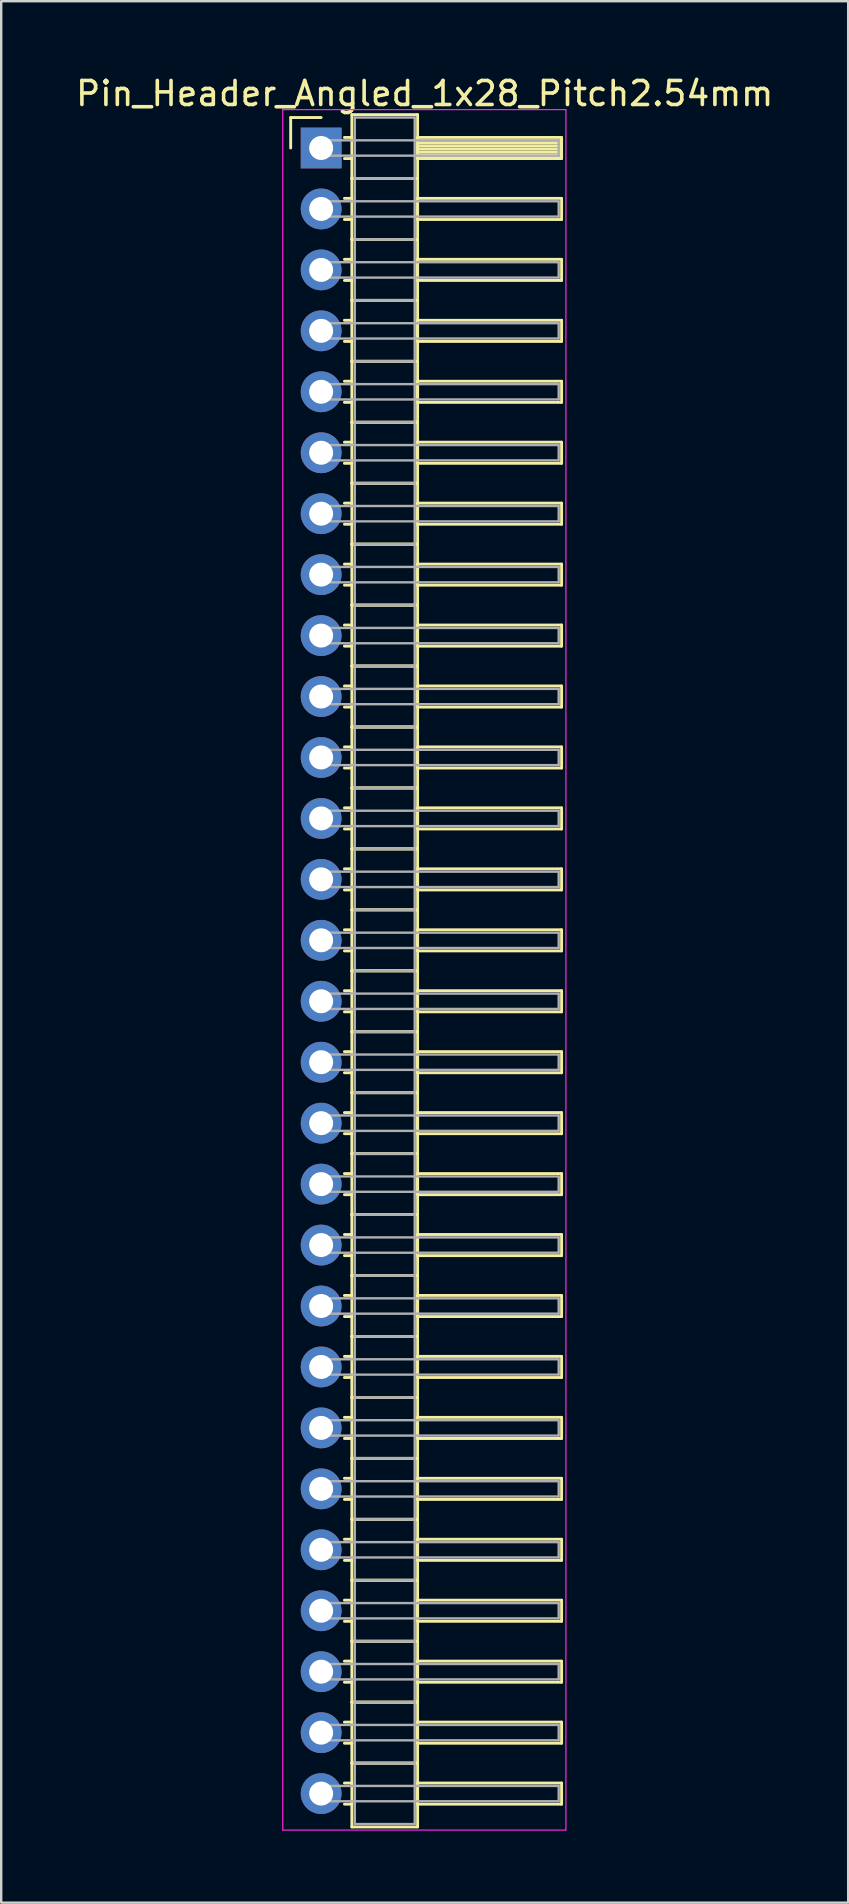
<source format=kicad_pcb>
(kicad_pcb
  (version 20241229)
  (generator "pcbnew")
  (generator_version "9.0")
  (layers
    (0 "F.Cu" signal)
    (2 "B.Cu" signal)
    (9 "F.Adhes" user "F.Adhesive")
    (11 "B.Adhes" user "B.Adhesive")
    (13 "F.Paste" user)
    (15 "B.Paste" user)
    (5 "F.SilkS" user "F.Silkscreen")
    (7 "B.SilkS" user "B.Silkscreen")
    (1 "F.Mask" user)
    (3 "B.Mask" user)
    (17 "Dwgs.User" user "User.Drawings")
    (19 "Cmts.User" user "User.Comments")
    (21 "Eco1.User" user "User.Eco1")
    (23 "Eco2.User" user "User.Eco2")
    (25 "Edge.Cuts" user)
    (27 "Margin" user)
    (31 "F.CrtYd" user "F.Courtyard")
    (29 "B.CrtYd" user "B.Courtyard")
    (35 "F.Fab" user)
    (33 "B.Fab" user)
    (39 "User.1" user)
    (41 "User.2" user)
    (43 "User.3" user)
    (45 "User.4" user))
  (footprint "Pin_Header_Angled_1x28_Pitch2.54mm"
    (layer "F.Cu")
    (at 10.334 3.118)
    (property "Reference" "Pin_Header_Angled_1x28_Pitch2.54mm" (at 4.315 -2.27 0) (layer "F.SilkS") (effects (font (size 1 1) (thickness 0.15))))
    (attr through_hole)
    (fp_line (start -1.27 -1.27) (end 0 -1.27) (stroke (width 0.12) (type solid)) (layer "F.SilkS"))
    (fp_line (start -1.27 0) (end -1.27 -1.27) (stroke (width 0.12) (type solid)) (layer "F.SilkS"))
    (fp_line (start 0.97 -0.44) (end 1.28 -0.44) (stroke (width 0.12) (type solid)) (layer "F.SilkS"))
    (fp_line (start 0.97 0.44) (end 1.28 0.44) (stroke (width 0.12) (type solid)) (layer "F.SilkS"))
    (fp_line (start 0.97 2.1) (end 1.28 2.1) (stroke (width 0.12) (type solid)) (layer "F.SilkS"))
    (fp_line (start 0.97 2.98) (end 1.28 2.98) (stroke (width 0.12) (type solid)) (layer "F.SilkS"))
    (fp_line (start 0.97 4.64) (end 1.28 4.64) (stroke (width 0.12) (type solid)) (layer "F.SilkS"))
    (fp_line (start 0.97 5.52) (end 1.28 5.52) (stroke (width 0.12) (type solid)) (layer "F.SilkS"))
    (fp_line (start 0.97 7.18) (end 1.28 7.18) (stroke (width 0.12) (type solid)) (layer "F.SilkS"))
    (fp_line (start 0.97 8.06) (end 1.28 8.06) (stroke (width 0.12) (type solid)) (layer "F.SilkS"))
    (fp_line (start 0.97 9.72) (end 1.28 9.72) (stroke (width 0.12) (type solid)) (layer "F.SilkS"))
    (fp_line (start 0.97 10.6) (end 1.28 10.6) (stroke (width 0.12) (type solid)) (layer "F.SilkS"))
    (fp_line (start 0.97 12.26) (end 1.28 12.26) (stroke (width 0.12) (type solid)) (layer "F.SilkS"))
    (fp_line (start 0.97 13.14) (end 1.28 13.14) (stroke (width 0.12) (type solid)) (layer "F.SilkS"))
    (fp_line (start 0.97 14.8) (end 1.28 14.8) (stroke (width 0.12) (type solid)) (layer "F.SilkS"))
    (fp_line (start 0.97 15.68) (end 1.28 15.68) (stroke (width 0.12) (type solid)) (layer "F.SilkS"))
    (fp_line (start 0.97 17.34) (end 1.28 17.34) (stroke (width 0.12) (type solid)) (layer "F.SilkS"))
    (fp_line (start 0.97 18.22) (end 1.28 18.22) (stroke (width 0.12) (type solid)) (layer "F.SilkS"))
    (fp_line (start 0.97 19.88) (end 1.28 19.88) (stroke (width 0.12) (type solid)) (layer "F.SilkS"))
    (fp_line (start 0.97 20.76) (end 1.28 20.76) (stroke (width 0.12) (type solid)) (layer "F.SilkS"))
    (fp_line (start 0.97 22.42) (end 1.28 22.42) (stroke (width 0.12) (type solid)) (layer "F.SilkS"))
    (fp_line (start 0.97 23.3) (end 1.28 23.3) (stroke (width 0.12) (type solid)) (layer "F.SilkS"))
    (fp_line (start 0.97 24.96) (end 1.28 24.96) (stroke (width 0.12) (type solid)) (layer "F.SilkS"))
    (fp_line (start 0.97 25.84) (end 1.28 25.84) (stroke (width 0.12) (type solid)) (layer "F.SilkS"))
    (fp_line (start 0.97 27.5) (end 1.28 27.5) (stroke (width 0.12) (type solid)) (layer "F.SilkS"))
    (fp_line (start 0.97 28.38) (end 1.28 28.38) (stroke (width 0.12) (type solid)) (layer "F.SilkS"))
    (fp_line (start 0.97 30.04) (end 1.28 30.04) (stroke (width 0.12) (type solid)) (layer "F.SilkS"))
    (fp_line (start 0.97 30.92) (end 1.28 30.92) (stroke (width 0.12) (type solid)) (layer "F.SilkS"))
    (fp_line (start 0.97 32.58) (end 1.28 32.58) (stroke (width 0.12) (type solid)) (layer "F.SilkS"))
    (fp_line (start 0.97 33.46) (end 1.28 33.46) (stroke (width 0.12) (type solid)) (layer "F.SilkS"))
    (fp_line (start 0.97 35.12) (end 1.28 35.12) (stroke (width 0.12) (type solid)) (layer "F.SilkS"))
    (fp_line (start 0.97 36) (end 1.28 36) (stroke (width 0.12) (type solid)) (layer "F.SilkS"))
    (fp_line (start 0.97 37.66) (end 1.28 37.66) (stroke (width 0.12) (type solid)) (layer "F.SilkS"))
    (fp_line (start 0.97 38.54) (end 1.28 38.54) (stroke (width 0.12) (type solid)) (layer "F.SilkS"))
    (fp_line (start 0.97 40.2) (end 1.28 40.2) (stroke (width 0.12) (type solid)) (layer "F.SilkS"))
    (fp_line (start 0.97 41.08) (end 1.28 41.08) (stroke (width 0.12) (type solid)) (layer "F.SilkS"))
    (fp_line (start 0.97 42.74) (end 1.28 42.74) (stroke (width 0.12) (type solid)) (layer "F.SilkS"))
    (fp_line (start 0.97 43.62) (end 1.28 43.62) (stroke (width 0.12) (type solid)) (layer "F.SilkS"))
    (fp_line (start 0.97 45.28) (end 1.28 45.28) (stroke (width 0.12) (type solid)) (layer "F.SilkS"))
    (fp_line (start 0.97 46.16) (end 1.28 46.16) (stroke (width 0.12) (type solid)) (layer "F.SilkS"))
    (fp_line (start 0.97 47.82) (end 1.28 47.82) (stroke (width 0.12) (type solid)) (layer "F.SilkS"))
    (fp_line (start 0.97 48.7) (end 1.28 48.7) (stroke (width 0.12) (type solid)) (layer "F.SilkS"))
    (fp_line (start 0.97 50.36) (end 1.28 50.36) (stroke (width 0.12) (type solid)) (layer "F.SilkS"))
    (fp_line (start 0.97 51.24) (end 1.28 51.24) (stroke (width 0.12) (type solid)) (layer "F.SilkS"))
    (fp_line (start 0.97 52.9) (end 1.28 52.9) (stroke (width 0.12) (type solid)) (layer "F.SilkS"))
    (fp_line (start 0.97 53.78) (end 1.28 53.78) (stroke (width 0.12) (type solid)) (layer "F.SilkS"))
    (fp_line (start 0.97 55.44) (end 1.28 55.44) (stroke (width 0.12) (type solid)) (layer "F.SilkS"))
    (fp_line (start 0.97 56.32) (end 1.28 56.32) (stroke (width 0.12) (type solid)) (layer "F.SilkS"))
    (fp_line (start 0.97 57.98) (end 1.28 57.98) (stroke (width 0.12) (type solid)) (layer "F.SilkS"))
    (fp_line (start 0.97 58.86) (end 1.28 58.86) (stroke (width 0.12) (type solid)) (layer "F.SilkS"))
    (fp_line (start 0.97 60.52) (end 1.28 60.52) (stroke (width 0.12) (type solid)) (layer "F.SilkS"))
    (fp_line (start 0.97 61.4) (end 1.28 61.4) (stroke (width 0.12) (type solid)) (layer "F.SilkS"))
    (fp_line (start 0.97 63.06) (end 1.28 63.06) (stroke (width 0.12) (type solid)) (layer "F.SilkS"))
    (fp_line (start 0.97 63.94) (end 1.28 63.94) (stroke (width 0.12) (type solid)) (layer "F.SilkS"))
    (fp_line (start 0.97 65.6) (end 1.28 65.6) (stroke (width 0.12) (type solid)) (layer "F.SilkS"))
    (fp_line (start 0.97 66.48) (end 1.28 66.48) (stroke (width 0.12) (type solid)) (layer "F.SilkS"))
    (fp_line (start 0.97 68.14) (end 1.28 68.14) (stroke (width 0.12) (type solid)) (layer "F.SilkS"))
    (fp_line (start 0.97 69.02) (end 1.28 69.02) (stroke (width 0.12) (type solid)) (layer "F.SilkS"))
    (fp_line (start 1.28 -1.39) (end 1.28 1.27) (stroke (width 0.12) (type solid)) (layer "F.SilkS"))
    (fp_line (start 1.28 1.27) (end 1.28 3.81) (stroke (width 0.12) (type solid)) (layer "F.SilkS"))
    (fp_line (start 1.28 1.27) (end 4.02 1.27) (stroke (width 0.12) (type solid)) (layer "F.SilkS"))
    (fp_line (start 1.28 3.81) (end 1.28 6.35) (stroke (width 0.12) (type solid)) (layer "F.SilkS"))
    (fp_line (start 1.28 3.81) (end 4.02 3.81) (stroke (width 0.12) (type solid)) (layer "F.SilkS"))
    (fp_line (start 1.28 6.35) (end 1.28 8.89) (stroke (width 0.12) (type solid)) (layer "F.SilkS"))
    (fp_line (start 1.28 6.35) (end 4.02 6.35) (stroke (width 0.12) (type solid)) (layer "F.SilkS"))
    (fp_line (start 1.28 8.89) (end 1.28 11.43) (stroke (width 0.12) (type solid)) (layer "F.SilkS"))
    (fp_line (start 1.28 8.89) (end 4.02 8.89) (stroke (width 0.12) (type solid)) (layer "F.SilkS"))
    (fp_line (start 1.28 11.43) (end 1.28 13.97) (stroke (width 0.12) (type solid)) (layer "F.SilkS"))
    (fp_line (start 1.28 11.43) (end 4.02 11.43) (stroke (width 0.12) (type solid)) (layer "F.SilkS"))
    (fp_line (start 1.28 13.97) (end 1.28 16.51) (stroke (width 0.12) (type solid)) (layer "F.SilkS"))
    (fp_line (start 1.28 13.97) (end 4.02 13.97) (stroke (width 0.12) (type solid)) (layer "F.SilkS"))
    (fp_line (start 1.28 16.51) (end 1.28 19.05) (stroke (width 0.12) (type solid)) (layer "F.SilkS"))
    (fp_line (start 1.28 16.51) (end 4.02 16.51) (stroke (width 0.12) (type solid)) (layer "F.SilkS"))
    (fp_line (start 1.28 19.05) (end 1.28 21.59) (stroke (width 0.12) (type solid)) (layer "F.SilkS"))
    (fp_line (start 1.28 19.05) (end 4.02 19.05) (stroke (width 0.12) (type solid)) (layer "F.SilkS"))
    (fp_line (start 1.28 21.59) (end 1.28 24.13) (stroke (width 0.12) (type solid)) (layer "F.SilkS"))
    (fp_line (start 1.28 21.59) (end 4.02 21.59) (stroke (width 0.12) (type solid)) (layer "F.SilkS"))
    (fp_line (start 1.28 24.13) (end 1.28 26.67) (stroke (width 0.12) (type solid)) (layer "F.SilkS"))
    (fp_line (start 1.28 24.13) (end 4.02 24.13) (stroke (width 0.12) (type solid)) (layer "F.SilkS"))
    (fp_line (start 1.28 26.67) (end 1.28 29.21) (stroke (width 0.12) (type solid)) (layer "F.SilkS"))
    (fp_line (start 1.28 26.67) (end 4.02 26.67) (stroke (width 0.12) (type solid)) (layer "F.SilkS"))
    (fp_line (start 1.28 29.21) (end 1.28 31.75) (stroke (width 0.12) (type solid)) (layer "F.SilkS"))
    (fp_line (start 1.28 29.21) (end 4.02 29.21) (stroke (width 0.12) (type solid)) (layer "F.SilkS"))
    (fp_line (start 1.28 31.75) (end 1.28 34.29) (stroke (width 0.12) (type solid)) (layer "F.SilkS"))
    (fp_line (start 1.28 31.75) (end 4.02 31.75) (stroke (width 0.12) (type solid)) (layer "F.SilkS"))
    (fp_line (start 1.28 34.29) (end 1.28 36.83) (stroke (width 0.12) (type solid)) (layer "F.SilkS"))
    (fp_line (start 1.28 34.29) (end 4.02 34.29) (stroke (width 0.12) (type solid)) (layer "F.SilkS"))
    (fp_line (start 1.28 36.83) (end 1.28 39.37) (stroke (width 0.12) (type solid)) (layer "F.SilkS"))
    (fp_line (start 1.28 36.83) (end 4.02 36.83) (stroke (width 0.12) (type solid)) (layer "F.SilkS"))
    (fp_line (start 1.28 39.37) (end 1.28 41.91) (stroke (width 0.12) (type solid)) (layer "F.SilkS"))
    (fp_line (start 1.28 39.37) (end 4.02 39.37) (stroke (width 0.12) (type solid)) (layer "F.SilkS"))
    (fp_line (start 1.28 41.91) (end 1.28 44.45) (stroke (width 0.12) (type solid)) (layer "F.SilkS"))
    (fp_line (start 1.28 41.91) (end 4.02 41.91) (stroke (width 0.12) (type solid)) (layer "F.SilkS"))
    (fp_line (start 1.28 44.45) (end 1.28 46.99) (stroke (width 0.12) (type solid)) (layer "F.SilkS"))
    (fp_line (start 1.28 44.45) (end 4.02 44.45) (stroke (width 0.12) (type solid)) (layer "F.SilkS"))
    (fp_line (start 1.28 46.99) (end 1.28 49.53) (stroke (width 0.12) (type solid)) (layer "F.SilkS"))
    (fp_line (start 1.28 46.99) (end 4.02 46.99) (stroke (width 0.12) (type solid)) (layer "F.SilkS"))
    (fp_line (start 1.28 49.53) (end 1.28 52.07) (stroke (width 0.12) (type solid)) (layer "F.SilkS"))
    (fp_line (start 1.28 49.53) (end 4.02 49.53) (stroke (width 0.12) (type solid)) (layer "F.SilkS"))
    (fp_line (start 1.28 52.07) (end 1.28 54.61) (stroke (width 0.12) (type solid)) (layer "F.SilkS"))
    (fp_line (start 1.28 52.07) (end 4.02 52.07) (stroke (width 0.12) (type solid)) (layer "F.SilkS"))
    (fp_line (start 1.28 54.61) (end 1.28 57.15) (stroke (width 0.12) (type solid)) (layer "F.SilkS"))
    (fp_line (start 1.28 54.61) (end 4.02 54.61) (stroke (width 0.12) (type solid)) (layer "F.SilkS"))
    (fp_line (start 1.28 57.15) (end 1.28 59.69) (stroke (width 0.12) (type solid)) (layer "F.SilkS"))
    (fp_line (start 1.28 57.15) (end 4.02 57.15) (stroke (width 0.12) (type solid)) (layer "F.SilkS"))
    (fp_line (start 1.28 59.69) (end 1.28 62.23) (stroke (width 0.12) (type solid)) (layer "F.SilkS"))
    (fp_line (start 1.28 59.69) (end 4.02 59.69) (stroke (width 0.12) (type solid)) (layer "F.SilkS"))
    (fp_line (start 1.28 62.23) (end 1.28 64.77) (stroke (width 0.12) (type solid)) (layer "F.SilkS"))
    (fp_line (start 1.28 62.23) (end 4.02 62.23) (stroke (width 0.12) (type solid)) (layer "F.SilkS"))
    (fp_line (start 1.28 64.77) (end 1.28 67.31) (stroke (width 0.12) (type solid)) (layer "F.SilkS"))
    (fp_line (start 1.28 64.77) (end 4.02 64.77) (stroke (width 0.12) (type solid)) (layer "F.SilkS"))
    (fp_line (start 1.28 67.31) (end 1.28 69.97) (stroke (width 0.12) (type solid)) (layer "F.SilkS"))
    (fp_line (start 1.28 67.31) (end 4.02 67.31) (stroke (width 0.12) (type solid)) (layer "F.SilkS"))
    (fp_line (start 1.28 69.97) (end 4.02 69.97) (stroke (width 0.12) (type solid)) (layer "F.SilkS"))
    (fp_line (start 4.02 -1.39) (end 1.28 -1.39) (stroke (width 0.12) (type solid)) (layer "F.SilkS"))
    (fp_line (start 4.02 -0.44) (end 4.02 0.44) (stroke (width 0.12) (type solid)) (layer "F.SilkS"))
    (fp_line (start 4.02 -0.32) (end 10.02 -0.32) (stroke (width 0.12) (type solid)) (layer "F.SilkS"))
    (fp_line (start 4.02 -0.2) (end 10.02 -0.2) (stroke (width 0.12) (type solid)) (layer "F.SilkS"))
    (fp_line (start 4.02 -0.08) (end 10.02 -0.08) (stroke (width 0.12) (type solid)) (layer "F.SilkS"))
    (fp_line (start 4.02 0.04) (end 10.02 0.04) (stroke (width 0.12) (type solid)) (layer "F.SilkS"))
    (fp_line (start 4.02 0.16) (end 10.02 0.16) (stroke (width 0.12) (type solid)) (layer "F.SilkS"))
    (fp_line (start 4.02 0.28) (end 10.02 0.28) (stroke (width 0.12) (type solid)) (layer "F.SilkS"))
    (fp_line (start 4.02 0.4) (end 10.02 0.4) (stroke (width 0.12) (type solid)) (layer "F.SilkS"))
    (fp_line (start 4.02 0.44) (end 10.02 0.44) (stroke (width 0.12) (type solid)) (layer "F.SilkS"))
    (fp_line (start 4.02 1.27) (end 1.28 1.27) (stroke (width 0.12) (type solid)) (layer "F.SilkS"))
    (fp_line (start 4.02 1.27) (end 4.02 -1.39) (stroke (width 0.12) (type solid)) (layer "F.SilkS"))
    (fp_line (start 4.02 2.1) (end 4.02 2.98) (stroke (width 0.12) (type solid)) (layer "F.SilkS"))
    (fp_line (start 4.02 2.98) (end 10.02 2.98) (stroke (width 0.12) (type solid)) (layer "F.SilkS"))
    (fp_line (start 4.02 3.81) (end 1.28 3.81) (stroke (width 0.12) (type solid)) (layer "F.SilkS"))
    (fp_line (start 4.02 3.81) (end 4.02 1.27) (stroke (width 0.12) (type solid)) (layer "F.SilkS"))
    (fp_line (start 4.02 4.64) (end 4.02 5.52) (stroke (width 0.12) (type solid)) (layer "F.SilkS"))
    (fp_line (start 4.02 5.52) (end 10.02 5.52) (stroke (width 0.12) (type solid)) (layer "F.SilkS"))
    (fp_line (start 4.02 6.35) (end 1.28 6.35) (stroke (width 0.12) (type solid)) (layer "F.SilkS"))
    (fp_line (start 4.02 6.35) (end 4.02 3.81) (stroke (width 0.12) (type solid)) (layer "F.SilkS"))
    (fp_line (start 4.02 7.18) (end 4.02 8.06) (stroke (width 0.12) (type solid)) (layer "F.SilkS"))
    (fp_line (start 4.02 8.06) (end 10.02 8.06) (stroke (width 0.12) (type solid)) (layer "F.SilkS"))
    (fp_line (start 4.02 8.89) (end 1.28 8.89) (stroke (width 0.12) (type solid)) (layer "F.SilkS"))
    (fp_line (start 4.02 8.89) (end 4.02 6.35) (stroke (width 0.12) (type solid)) (layer "F.SilkS"))
    (fp_line (start 4.02 9.72) (end 4.02 10.6) (stroke (width 0.12) (type solid)) (layer "F.SilkS"))
    (fp_line (start 4.02 10.6) (end 10.02 10.6) (stroke (width 0.12) (type solid)) (layer "F.SilkS"))
    (fp_line (start 4.02 11.43) (end 1.28 11.43) (stroke (width 0.12) (type solid)) (layer "F.SilkS"))
    (fp_line (start 4.02 11.43) (end 4.02 8.89) (stroke (width 0.12) (type solid)) (layer "F.SilkS"))
    (fp_line (start 4.02 12.26) (end 4.02 13.14) (stroke (width 0.12) (type solid)) (layer "F.SilkS"))
    (fp_line (start 4.02 13.14) (end 10.02 13.14) (stroke (width 0.12) (type solid)) (layer "F.SilkS"))
    (fp_line (start 4.02 13.97) (end 1.28 13.97) (stroke (width 0.12) (type solid)) (layer "F.SilkS"))
    (fp_line (start 4.02 13.97) (end 4.02 11.43) (stroke (width 0.12) (type solid)) (layer "F.SilkS"))
    (fp_line (start 4.02 14.8) (end 4.02 15.68) (stroke (width 0.12) (type solid)) (layer "F.SilkS"))
    (fp_line (start 4.02 15.68) (end 10.02 15.68) (stroke (width 0.12) (type solid)) (layer "F.SilkS"))
    (fp_line (start 4.02 16.51) (end 1.28 16.51) (stroke (width 0.12) (type solid)) (layer "F.SilkS"))
    (fp_line (start 4.02 16.51) (end 4.02 13.97) (stroke (width 0.12) (type solid)) (layer "F.SilkS"))
    (fp_line (start 4.02 17.34) (end 4.02 18.22) (stroke (width 0.12) (type solid)) (layer "F.SilkS"))
    (fp_line (start 4.02 18.22) (end 10.02 18.22) (stroke (width 0.12) (type solid)) (layer "F.SilkS"))
    (fp_line (start 4.02 19.05) (end 1.28 19.05) (stroke (width 0.12) (type solid)) (layer "F.SilkS"))
    (fp_line (start 4.02 19.05) (end 4.02 16.51) (stroke (width 0.12) (type solid)) (layer "F.SilkS"))
    (fp_line (start 4.02 19.88) (end 4.02 20.76) (stroke (width 0.12) (type solid)) (layer "F.SilkS"))
    (fp_line (start 4.02 20.76) (end 10.02 20.76) (stroke (width 0.12) (type solid)) (layer "F.SilkS"))
    (fp_line (start 4.02 21.59) (end 1.28 21.59) (stroke (width 0.12) (type solid)) (layer "F.SilkS"))
    (fp_line (start 4.02 21.59) (end 4.02 19.05) (stroke (width 0.12) (type solid)) (layer "F.SilkS"))
    (fp_line (start 4.02 22.42) (end 4.02 23.3) (stroke (width 0.12) (type solid)) (layer "F.SilkS"))
    (fp_line (start 4.02 23.3) (end 10.02 23.3) (stroke (width 0.12) (type solid)) (layer "F.SilkS"))
    (fp_line (start 4.02 24.13) (end 1.28 24.13) (stroke (width 0.12) (type solid)) (layer "F.SilkS"))
    (fp_line (start 4.02 24.13) (end 4.02 21.59) (stroke (width 0.12) (type solid)) (layer "F.SilkS"))
    (fp_line (start 4.02 24.96) (end 4.02 25.84) (stroke (width 0.12) (type solid)) (layer "F.SilkS"))
    (fp_line (start 4.02 25.84) (end 10.02 25.84) (stroke (width 0.12) (type solid)) (layer "F.SilkS"))
    (fp_line (start 4.02 26.67) (end 1.28 26.67) (stroke (width 0.12) (type solid)) (layer "F.SilkS"))
    (fp_line (start 4.02 26.67) (end 4.02 24.13) (stroke (width 0.12) (type solid)) (layer "F.SilkS"))
    (fp_line (start 4.02 27.5) (end 4.02 28.38) (stroke (width 0.12) (type solid)) (layer "F.SilkS"))
    (fp_line (start 4.02 28.38) (end 10.02 28.38) (stroke (width 0.12) (type solid)) (layer "F.SilkS"))
    (fp_line (start 4.02 29.21) (end 1.28 29.21) (stroke (width 0.12) (type solid)) (layer "F.SilkS"))
    (fp_line (start 4.02 29.21) (end 4.02 26.67) (stroke (width 0.12) (type solid)) (layer "F.SilkS"))
    (fp_line (start 4.02 30.04) (end 4.02 30.92) (stroke (width 0.12) (type solid)) (layer "F.SilkS"))
    (fp_line (start 4.02 30.92) (end 10.02 30.92) (stroke (width 0.12) (type solid)) (layer "F.SilkS"))
    (fp_line (start 4.02 31.75) (end 1.28 31.75) (stroke (width 0.12) (type solid)) (layer "F.SilkS"))
    (fp_line (start 4.02 31.75) (end 4.02 29.21) (stroke (width 0.12) (type solid)) (layer "F.SilkS"))
    (fp_line (start 4.02 32.58) (end 4.02 33.46) (stroke (width 0.12) (type solid)) (layer "F.SilkS"))
    (fp_line (start 4.02 33.46) (end 10.02 33.46) (stroke (width 0.12) (type solid)) (layer "F.SilkS"))
    (fp_line (start 4.02 34.29) (end 1.28 34.29) (stroke (width 0.12) (type solid)) (layer "F.SilkS"))
    (fp_line (start 4.02 34.29) (end 4.02 31.75) (stroke (width 0.12) (type solid)) (layer "F.SilkS"))
    (fp_line (start 4.02 35.12) (end 4.02 36) (stroke (width 0.12) (type solid)) (layer "F.SilkS"))
    (fp_line (start 4.02 36) (end 10.02 36) (stroke (width 0.12) (type solid)) (layer "F.SilkS"))
    (fp_line (start 4.02 36.83) (end 1.28 36.83) (stroke (width 0.12) (type solid)) (layer "F.SilkS"))
    (fp_line (start 4.02 36.83) (end 4.02 34.29) (stroke (width 0.12) (type solid)) (layer "F.SilkS"))
    (fp_line (start 4.02 37.66) (end 4.02 38.54) (stroke (width 0.12) (type solid)) (layer "F.SilkS"))
    (fp_line (start 4.02 38.54) (end 10.02 38.54) (stroke (width 0.12) (type solid)) (layer "F.SilkS"))
    (fp_line (start 4.02 39.37) (end 1.28 39.37) (stroke (width 0.12) (type solid)) (layer "F.SilkS"))
    (fp_line (start 4.02 39.37) (end 4.02 36.83) (stroke (width 0.12) (type solid)) (layer "F.SilkS"))
    (fp_line (start 4.02 40.2) (end 4.02 41.08) (stroke (width 0.12) (type solid)) (layer "F.SilkS"))
    (fp_line (start 4.02 41.08) (end 10.02 41.08) (stroke (width 0.12) (type solid)) (layer "F.SilkS"))
    (fp_line (start 4.02 41.91) (end 1.28 41.91) (stroke (width 0.12) (type solid)) (layer "F.SilkS"))
    (fp_line (start 4.02 41.91) (end 4.02 39.37) (stroke (width 0.12) (type solid)) (layer "F.SilkS"))
    (fp_line (start 4.02 42.74) (end 4.02 43.62) (stroke (width 0.12) (type solid)) (layer "F.SilkS"))
    (fp_line (start 4.02 43.62) (end 10.02 43.62) (stroke (width 0.12) (type solid)) (layer "F.SilkS"))
    (fp_line (start 4.02 44.45) (end 1.28 44.45) (stroke (width 0.12) (type solid)) (layer "F.SilkS"))
    (fp_line (start 4.02 44.45) (end 4.02 41.91) (stroke (width 0.12) (type solid)) (layer "F.SilkS"))
    (fp_line (start 4.02 45.28) (end 4.02 46.16) (stroke (width 0.12) (type solid)) (layer "F.SilkS"))
    (fp_line (start 4.02 46.16) (end 10.02 46.16) (stroke (width 0.12) (type solid)) (layer "F.SilkS"))
    (fp_line (start 4.02 46.99) (end 1.28 46.99) (stroke (width 0.12) (type solid)) (layer "F.SilkS"))
    (fp_line (start 4.02 46.99) (end 4.02 44.45) (stroke (width 0.12) (type solid)) (layer "F.SilkS"))
    (fp_line (start 4.02 47.82) (end 4.02 48.7) (stroke (width 0.12) (type solid)) (layer "F.SilkS"))
    (fp_line (start 4.02 48.7) (end 10.02 48.7) (stroke (width 0.12) (type solid)) (layer "F.SilkS"))
    (fp_line (start 4.02 49.53) (end 1.28 49.53) (stroke (width 0.12) (type solid)) (layer "F.SilkS"))
    (fp_line (start 4.02 49.53) (end 4.02 46.99) (stroke (width 0.12) (type solid)) (layer "F.SilkS"))
    (fp_line (start 4.02 50.36) (end 4.02 51.24) (stroke (width 0.12) (type solid)) (layer "F.SilkS"))
    (fp_line (start 4.02 51.24) (end 10.02 51.24) (stroke (width 0.12) (type solid)) (layer "F.SilkS"))
    (fp_line (start 4.02 52.07) (end 1.28 52.07) (stroke (width 0.12) (type solid)) (layer "F.SilkS"))
    (fp_line (start 4.02 52.07) (end 4.02 49.53) (stroke (width 0.12) (type solid)) (layer "F.SilkS"))
    (fp_line (start 4.02 52.9) (end 4.02 53.78) (stroke (width 0.12) (type solid)) (layer "F.SilkS"))
    (fp_line (start 4.02 53.78) (end 10.02 53.78) (stroke (width 0.12) (type solid)) (layer "F.SilkS"))
    (fp_line (start 4.02 54.61) (end 1.28 54.61) (stroke (width 0.12) (type solid)) (layer "F.SilkS"))
    (fp_line (start 4.02 54.61) (end 4.02 52.07) (stroke (width 0.12) (type solid)) (layer "F.SilkS"))
    (fp_line (start 4.02 55.44) (end 4.02 56.32) (stroke (width 0.12) (type solid)) (layer "F.SilkS"))
    (fp_line (start 4.02 56.32) (end 10.02 56.32) (stroke (width 0.12) (type solid)) (layer "F.SilkS"))
    (fp_line (start 4.02 57.15) (end 1.28 57.15) (stroke (width 0.12) (type solid)) (layer "F.SilkS"))
    (fp_line (start 4.02 57.15) (end 4.02 54.61) (stroke (width 0.12) (type solid)) (layer "F.SilkS"))
    (fp_line (start 4.02 57.98) (end 4.02 58.86) (stroke (width 0.12) (type solid)) (layer "F.SilkS"))
    (fp_line (start 4.02 58.86) (end 10.02 58.86) (stroke (width 0.12) (type solid)) (layer "F.SilkS"))
    (fp_line (start 4.02 59.69) (end 1.28 59.69) (stroke (width 0.12) (type solid)) (layer "F.SilkS"))
    (fp_line (start 4.02 59.69) (end 4.02 57.15) (stroke (width 0.12) (type solid)) (layer "F.SilkS"))
    (fp_line (start 4.02 60.52) (end 4.02 61.4) (stroke (width 0.12) (type solid)) (layer "F.SilkS"))
    (fp_line (start 4.02 61.4) (end 10.02 61.4) (stroke (width 0.12) (type solid)) (layer "F.SilkS"))
    (fp_line (start 4.02 62.23) (end 1.28 62.23) (stroke (width 0.12) (type solid)) (layer "F.SilkS"))
    (fp_line (start 4.02 62.23) (end 4.02 59.69) (stroke (width 0.12) (type solid)) (layer "F.SilkS"))
    (fp_line (start 4.02 63.06) (end 4.02 63.94) (stroke (width 0.12) (type solid)) (layer "F.SilkS"))
    (fp_line (start 4.02 63.94) (end 10.02 63.94) (stroke (width 0.12) (type solid)) (layer "F.SilkS"))
    (fp_line (start 4.02 64.77) (end 1.28 64.77) (stroke (width 0.12) (type solid)) (layer "F.SilkS"))
    (fp_line (start 4.02 64.77) (end 4.02 62.23) (stroke (width 0.12) (type solid)) (layer "F.SilkS"))
    (fp_line (start 4.02 65.6) (end 4.02 66.48) (stroke (width 0.12) (type solid)) (layer "F.SilkS"))
    (fp_line (start 4.02 66.48) (end 10.02 66.48) (stroke (width 0.12) (type solid)) (layer "F.SilkS"))
    (fp_line (start 4.02 67.31) (end 1.28 67.31) (stroke (width 0.12) (type solid)) (layer "F.SilkS"))
    (fp_line (start 4.02 67.31) (end 4.02 64.77) (stroke (width 0.12) (type solid)) (layer "F.SilkS"))
    (fp_line (start 4.02 68.14) (end 4.02 69.02) (stroke (width 0.12) (type solid)) (layer "F.SilkS"))
    (fp_line (start 4.02 69.02) (end 10.02 69.02) (stroke (width 0.12) (type solid)) (layer "F.SilkS"))
    (fp_line (start 4.02 69.97) (end 4.02 67.31) (stroke (width 0.12) (type solid)) (layer "F.SilkS"))
    (fp_line (start 10.02 -0.44) (end 4.02 -0.44) (stroke (width 0.12) (type solid)) (layer "F.SilkS"))
    (fp_line (start 10.02 0.44) (end 10.02 -0.44) (stroke (width 0.12) (type solid)) (layer "F.SilkS"))
    (fp_line (start 10.02 2.1) (end 4.02 2.1) (stroke (width 0.12) (type solid)) (layer "F.SilkS"))
    (fp_line (start 10.02 2.98) (end 10.02 2.1) (stroke (width 0.12) (type solid)) (layer "F.SilkS"))
    (fp_line (start 10.02 4.64) (end 4.02 4.64) (stroke (width 0.12) (type solid)) (layer "F.SilkS"))
    (fp_line (start 10.02 5.52) (end 10.02 4.64) (stroke (width 0.12) (type solid)) (layer "F.SilkS"))
    (fp_line (start 10.02 7.18) (end 4.02 7.18) (stroke (width 0.12) (type solid)) (layer "F.SilkS"))
    (fp_line (start 10.02 8.06) (end 10.02 7.18) (stroke (width 0.12) (type solid)) (layer "F.SilkS"))
    (fp_line (start 10.02 9.72) (end 4.02 9.72) (stroke (width 0.12) (type solid)) (layer "F.SilkS"))
    (fp_line (start 10.02 10.6) (end 10.02 9.72) (stroke (width 0.12) (type solid)) (layer "F.SilkS"))
    (fp_line (start 10.02 12.26) (end 4.02 12.26) (stroke (width 0.12) (type solid)) (layer "F.SilkS"))
    (fp_line (start 10.02 13.14) (end 10.02 12.26) (stroke (width 0.12) (type solid)) (layer "F.SilkS"))
    (fp_line (start 10.02 14.8) (end 4.02 14.8) (stroke (width 0.12) (type solid)) (layer "F.SilkS"))
    (fp_line (start 10.02 15.68) (end 10.02 14.8) (stroke (width 0.12) (type solid)) (layer "F.SilkS"))
    (fp_line (start 10.02 17.34) (end 4.02 17.34) (stroke (width 0.12) (type solid)) (layer "F.SilkS"))
    (fp_line (start 10.02 18.22) (end 10.02 17.34) (stroke (width 0.12) (type solid)) (layer "F.SilkS"))
    (fp_line (start 10.02 19.88) (end 4.02 19.88) (stroke (width 0.12) (type solid)) (layer "F.SilkS"))
    (fp_line (start 10.02 20.76) (end 10.02 19.88) (stroke (width 0.12) (type solid)) (layer "F.SilkS"))
    (fp_line (start 10.02 22.42) (end 4.02 22.42) (stroke (width 0.12) (type solid)) (layer "F.SilkS"))
    (fp_line (start 10.02 23.3) (end 10.02 22.42) (stroke (width 0.12) (type solid)) (layer "F.SilkS"))
    (fp_line (start 10.02 24.96) (end 4.02 24.96) (stroke (width 0.12) (type solid)) (layer "F.SilkS"))
    (fp_line (start 10.02 25.84) (end 10.02 24.96) (stroke (width 0.12) (type solid)) (layer "F.SilkS"))
    (fp_line (start 10.02 27.5) (end 4.02 27.5) (stroke (width 0.12) (type solid)) (layer "F.SilkS"))
    (fp_line (start 10.02 28.38) (end 10.02 27.5) (stroke (width 0.12) (type solid)) (layer "F.SilkS"))
    (fp_line (start 10.02 30.04) (end 4.02 30.04) (stroke (width 0.12) (type solid)) (layer "F.SilkS"))
    (fp_line (start 10.02 30.92) (end 10.02 30.04) (stroke (width 0.12) (type solid)) (layer "F.SilkS"))
    (fp_line (start 10.02 32.58) (end 4.02 32.58) (stroke (width 0.12) (type solid)) (layer "F.SilkS"))
    (fp_line (start 10.02 33.46) (end 10.02 32.58) (stroke (width 0.12) (type solid)) (layer "F.SilkS"))
    (fp_line (start 10.02 35.12) (end 4.02 35.12) (stroke (width 0.12) (type solid)) (layer "F.SilkS"))
    (fp_line (start 10.02 36) (end 10.02 35.12) (stroke (width 0.12) (type solid)) (layer "F.SilkS"))
    (fp_line (start 10.02 37.66) (end 4.02 37.66) (stroke (width 0.12) (type solid)) (layer "F.SilkS"))
    (fp_line (start 10.02 38.54) (end 10.02 37.66) (stroke (width 0.12) (type solid)) (layer "F.SilkS"))
    (fp_line (start 10.02 40.2) (end 4.02 40.2) (stroke (width 0.12) (type solid)) (layer "F.SilkS"))
    (fp_line (start 10.02 41.08) (end 10.02 40.2) (stroke (width 0.12) (type solid)) (layer "F.SilkS"))
    (fp_line (start 10.02 42.74) (end 4.02 42.74) (stroke (width 0.12) (type solid)) (layer "F.SilkS"))
    (fp_line (start 10.02 43.62) (end 10.02 42.74) (stroke (width 0.12) (type solid)) (layer "F.SilkS"))
    (fp_line (start 10.02 45.28) (end 4.02 45.28) (stroke (width 0.12) (type solid)) (layer "F.SilkS"))
    (fp_line (start 10.02 46.16) (end 10.02 45.28) (stroke (width 0.12) (type solid)) (layer "F.SilkS"))
    (fp_line (start 10.02 47.82) (end 4.02 47.82) (stroke (width 0.12) (type solid)) (layer "F.SilkS"))
    (fp_line (start 10.02 48.7) (end 10.02 47.82) (stroke (width 0.12) (type solid)) (layer "F.SilkS"))
    (fp_line (start 10.02 50.36) (end 4.02 50.36) (stroke (width 0.12) (type solid)) (layer "F.SilkS"))
    (fp_line (start 10.02 51.24) (end 10.02 50.36) (stroke (width 0.12) (type solid)) (layer "F.SilkS"))
    (fp_line (start 10.02 52.9) (end 4.02 52.9) (stroke (width 0.12) (type solid)) (layer "F.SilkS"))
    (fp_line (start 10.02 53.78) (end 10.02 52.9) (stroke (width 0.12) (type solid)) (layer "F.SilkS"))
    (fp_line (start 10.02 55.44) (end 4.02 55.44) (stroke (width 0.12) (type solid)) (layer "F.SilkS"))
    (fp_line (start 10.02 56.32) (end 10.02 55.44) (stroke (width 0.12) (type solid)) (layer "F.SilkS"))
    (fp_line (start 10.02 57.98) (end 4.02 57.98) (stroke (width 0.12) (type solid)) (layer "F.SilkS"))
    (fp_line (start 10.02 58.86) (end 10.02 57.98) (stroke (width 0.12) (type solid)) (layer "F.SilkS"))
    (fp_line (start 10.02 60.52) (end 4.02 60.52) (stroke (width 0.12) (type solid)) (layer "F.SilkS"))
    (fp_line (start 10.02 61.4) (end 10.02 60.52) (stroke (width 0.12) (type solid)) (layer "F.SilkS"))
    (fp_line (start 10.02 63.06) (end 4.02 63.06) (stroke (width 0.12) (type solid)) (layer "F.SilkS"))
    (fp_line (start 10.02 63.94) (end 10.02 63.06) (stroke (width 0.12) (type solid)) (layer "F.SilkS"))
    (fp_line (start 10.02 65.6) (end 4.02 65.6) (stroke (width 0.12) (type solid)) (layer "F.SilkS"))
    (fp_line (start 10.02 66.48) (end 10.02 65.6) (stroke (width 0.12) (type solid)) (layer "F.SilkS"))
    (fp_line (start 10.02 68.14) (end 4.02 68.14) (stroke (width 0.12) (type solid)) (layer "F.SilkS"))
    (fp_line (start 10.02 69.02) (end 10.02 68.14) (stroke (width 0.12) (type solid)) (layer "F.SilkS"))
    (fp_line (start -1.6 -1.6) (end -1.6 70.1) (stroke (width 0.05) (type solid)) (layer "F.CrtYd"))
    (fp_line (start -1.6 70.1) (end 10.2 70.1) (stroke (width 0.05) (type solid)) (layer "F.CrtYd"))
    (fp_line (start 10.2 -1.6) (end -1.6 -1.6) (stroke (width 0.05) (type solid)) (layer "F.CrtYd"))
    (fp_line (start 10.2 70.1) (end 10.2 -1.6) (stroke (width 0.05) (type solid)) (layer "F.CrtYd"))
    (fp_line (start 0 -0.32) (end 0 0.32) (stroke (width 0.1) (type solid)) (layer "F.Fab"))
    (fp_line (start 0 0.32) (end 9.9 0.32) (stroke (width 0.1) (type solid)) (layer "F.Fab"))
    (fp_line (start 0 2.22) (end 0 2.86) (stroke (width 0.1) (type solid)) (layer "F.Fab"))
    (fp_line (start 0 2.86) (end 9.9 2.86) (stroke (width 0.1) (type solid)) (layer "F.Fab"))
    (fp_line (start 0 4.76) (end 0 5.4) (stroke (width 0.1) (type solid)) (layer "F.Fab"))
    (fp_line (start 0 5.4) (end 9.9 5.4) (stroke (width 0.1) (type solid)) (layer "F.Fab"))
    (fp_line (start 0 7.3) (end 0 7.94) (stroke (width 0.1) (type solid)) (layer "F.Fab"))
    (fp_line (start 0 7.94) (end 9.9 7.94) (stroke (width 0.1) (type solid)) (layer "F.Fab"))
    (fp_line (start 0 9.84) (end 0 10.48) (stroke (width 0.1) (type solid)) (layer "F.Fab"))
    (fp_line (start 0 10.48) (end 9.9 10.48) (stroke (width 0.1) (type solid)) (layer "F.Fab"))
    (fp_line (start 0 12.38) (end 0 13.02) (stroke (width 0.1) (type solid)) (layer "F.Fab"))
    (fp_line (start 0 13.02) (end 9.9 13.02) (stroke (width 0.1) (type solid)) (layer "F.Fab"))
    (fp_line (start 0 14.92) (end 0 15.56) (stroke (width 0.1) (type solid)) (layer "F.Fab"))
    (fp_line (start 0 15.56) (end 9.9 15.56) (stroke (width 0.1) (type solid)) (layer "F.Fab"))
    (fp_line (start 0 17.46) (end 0 18.1) (stroke (width 0.1) (type solid)) (layer "F.Fab"))
    (fp_line (start 0 18.1) (end 9.9 18.1) (stroke (width 0.1) (type solid)) (layer "F.Fab"))
    (fp_line (start 0 20) (end 0 20.64) (stroke (width 0.1) (type solid)) (layer "F.Fab"))
    (fp_line (start 0 20.64) (end 9.9 20.64) (stroke (width 0.1) (type solid)) (layer "F.Fab"))
    (fp_line (start 0 22.54) (end 0 23.18) (stroke (width 0.1) (type solid)) (layer "F.Fab"))
    (fp_line (start 0 23.18) (end 9.9 23.18) (stroke (width 0.1) (type solid)) (layer "F.Fab"))
    (fp_line (start 0 25.08) (end 0 25.72) (stroke (width 0.1) (type solid)) (layer "F.Fab"))
    (fp_line (start 0 25.72) (end 9.9 25.72) (stroke (width 0.1) (type solid)) (layer "F.Fab"))
    (fp_line (start 0 27.62) (end 0 28.26) (stroke (width 0.1) (type solid)) (layer "F.Fab"))
    (fp_line (start 0 28.26) (end 9.9 28.26) (stroke (width 0.1) (type solid)) (layer "F.Fab"))
    (fp_line (start 0 30.16) (end 0 30.8) (stroke (width 0.1) (type solid)) (layer "F.Fab"))
    (fp_line (start 0 30.8) (end 9.9 30.8) (stroke (width 0.1) (type solid)) (layer "F.Fab"))
    (fp_line (start 0 32.7) (end 0 33.34) (stroke (width 0.1) (type solid)) (layer "F.Fab"))
    (fp_line (start 0 33.34) (end 9.9 33.34) (stroke (width 0.1) (type solid)) (layer "F.Fab"))
    (fp_line (start 0 35.24) (end 0 35.88) (stroke (width 0.1) (type solid)) (layer "F.Fab"))
    (fp_line (start 0 35.88) (end 9.9 35.88) (stroke (width 0.1) (type solid)) (layer "F.Fab"))
    (fp_line (start 0 37.78) (end 0 38.42) (stroke (width 0.1) (type solid)) (layer "F.Fab"))
    (fp_line (start 0 38.42) (end 9.9 38.42) (stroke (width 0.1) (type solid)) (layer "F.Fab"))
    (fp_line (start 0 40.32) (end 0 40.96) (stroke (width 0.1) (type solid)) (layer "F.Fab"))
    (fp_line (start 0 40.96) (end 9.9 40.96) (stroke (width 0.1) (type solid)) (layer "F.Fab"))
    (fp_line (start 0 42.86) (end 0 43.5) (stroke (width 0.1) (type solid)) (layer "F.Fab"))
    (fp_line (start 0 43.5) (end 9.9 43.5) (stroke (width 0.1) (type solid)) (layer "F.Fab"))
    (fp_line (start 0 45.4) (end 0 46.04) (stroke (width 0.1) (type solid)) (layer "F.Fab"))
    (fp_line (start 0 46.04) (end 9.9 46.04) (stroke (width 0.1) (type solid)) (layer "F.Fab"))
    (fp_line (start 0 47.94) (end 0 48.58) (stroke (width 0.1) (type solid)) (layer "F.Fab"))
    (fp_line (start 0 48.58) (end 9.9 48.58) (stroke (width 0.1) (type solid)) (layer "F.Fab"))
    (fp_line (start 0 50.48) (end 0 51.12) (stroke (width 0.1) (type solid)) (layer "F.Fab"))
    (fp_line (start 0 51.12) (end 9.9 51.12) (stroke (width 0.1) (type solid)) (layer "F.Fab"))
    (fp_line (start 0 53.02) (end 0 53.66) (stroke (width 0.1) (type solid)) (layer "F.Fab"))
    (fp_line (start 0 53.66) (end 9.9 53.66) (stroke (width 0.1) (type solid)) (layer "F.Fab"))
    (fp_line (start 0 55.56) (end 0 56.2) (stroke (width 0.1) (type solid)) (layer "F.Fab"))
    (fp_line (start 0 56.2) (end 9.9 56.2) (stroke (width 0.1) (type solid)) (layer "F.Fab"))
    (fp_line (start 0 58.1) (end 0 58.74) (stroke (width 0.1) (type solid)) (layer "F.Fab"))
    (fp_line (start 0 58.74) (end 9.9 58.74) (stroke (width 0.1) (type solid)) (layer "F.Fab"))
    (fp_line (start 0 60.64) (end 0 61.28) (stroke (width 0.1) (type solid)) (layer "F.Fab"))
    (fp_line (start 0 61.28) (end 9.9 61.28) (stroke (width 0.1) (type solid)) (layer "F.Fab"))
    (fp_line (start 0 63.18) (end 0 63.82) (stroke (width 0.1) (type solid)) (layer "F.Fab"))
    (fp_line (start 0 63.82) (end 9.9 63.82) (stroke (width 0.1) (type solid)) (layer "F.Fab"))
    (fp_line (start 0 65.72) (end 0 66.36) (stroke (width 0.1) (type solid)) (layer "F.Fab"))
    (fp_line (start 0 66.36) (end 9.9 66.36) (stroke (width 0.1) (type solid)) (layer "F.Fab"))
    (fp_line (start 0 68.26) (end 0 68.9) (stroke (width 0.1) (type solid)) (layer "F.Fab"))
    (fp_line (start 0 68.9) (end 9.9 68.9) (stroke (width 0.1) (type solid)) (layer "F.Fab"))
    (fp_line (start 1.4 -1.27) (end 1.4 1.27) (stroke (width 0.1) (type solid)) (layer "F.Fab"))
    (fp_line (start 1.4 1.27) (end 1.4 3.81) (stroke (width 0.1) (type solid)) (layer "F.Fab"))
    (fp_line (start 1.4 1.27) (end 3.9 1.27) (stroke (width 0.1) (type solid)) (layer "F.Fab"))
    (fp_line (start 1.4 3.81) (end 1.4 6.35) (stroke (width 0.1) (type solid)) (layer "F.Fab"))
    (fp_line (start 1.4 3.81) (end 3.9 3.81) (stroke (width 0.1) (type solid)) (layer "F.Fab"))
    (fp_line (start 1.4 6.35) (end 1.4 8.89) (stroke (width 0.1) (type solid)) (layer "F.Fab"))
    (fp_line (start 1.4 6.35) (end 3.9 6.35) (stroke (width 0.1) (type solid)) (layer "F.Fab"))
    (fp_line (start 1.4 8.89) (end 1.4 11.43) (stroke (width 0.1) (type solid)) (layer "F.Fab"))
    (fp_line (start 1.4 8.89) (end 3.9 8.89) (stroke (width 0.1) (type solid)) (layer "F.Fab"))
    (fp_line (start 1.4 11.43) (end 1.4 13.97) (stroke (width 0.1) (type solid)) (layer "F.Fab"))
    (fp_line (start 1.4 11.43) (end 3.9 11.43) (stroke (width 0.1) (type solid)) (layer "F.Fab"))
    (fp_line (start 1.4 13.97) (end 1.4 16.51) (stroke (width 0.1) (type solid)) (layer "F.Fab"))
    (fp_line (start 1.4 13.97) (end 3.9 13.97) (stroke (width 0.1) (type solid)) (layer "F.Fab"))
    (fp_line (start 1.4 16.51) (end 1.4 19.05) (stroke (width 0.1) (type solid)) (layer "F.Fab"))
    (fp_line (start 1.4 16.51) (end 3.9 16.51) (stroke (width 0.1) (type solid)) (layer "F.Fab"))
    (fp_line (start 1.4 19.05) (end 1.4 21.59) (stroke (width 0.1) (type solid)) (layer "F.Fab"))
    (fp_line (start 1.4 19.05) (end 3.9 19.05) (stroke (width 0.1) (type solid)) (layer "F.Fab"))
    (fp_line (start 1.4 21.59) (end 1.4 24.13) (stroke (width 0.1) (type solid)) (layer "F.Fab"))
    (fp_line (start 1.4 21.59) (end 3.9 21.59) (stroke (width 0.1) (type solid)) (layer "F.Fab"))
    (fp_line (start 1.4 24.13) (end 1.4 26.67) (stroke (width 0.1) (type solid)) (layer "F.Fab"))
    (fp_line (start 1.4 24.13) (end 3.9 24.13) (stroke (width 0.1) (type solid)) (layer "F.Fab"))
    (fp_line (start 1.4 26.67) (end 1.4 29.21) (stroke (width 0.1) (type solid)) (layer "F.Fab"))
    (fp_line (start 1.4 26.67) (end 3.9 26.67) (stroke (width 0.1) (type solid)) (layer "F.Fab"))
    (fp_line (start 1.4 29.21) (end 1.4 31.75) (stroke (width 0.1) (type solid)) (layer "F.Fab"))
    (fp_line (start 1.4 29.21) (end 3.9 29.21) (stroke (width 0.1) (type solid)) (layer "F.Fab"))
    (fp_line (start 1.4 31.75) (end 1.4 34.29) (stroke (width 0.1) (type solid)) (layer "F.Fab"))
    (fp_line (start 1.4 31.75) (end 3.9 31.75) (stroke (width 0.1) (type solid)) (layer "F.Fab"))
    (fp_line (start 1.4 34.29) (end 1.4 36.83) (stroke (width 0.1) (type solid)) (layer "F.Fab"))
    (fp_line (start 1.4 34.29) (end 3.9 34.29) (stroke (width 0.1) (type solid)) (layer "F.Fab"))
    (fp_line (start 1.4 36.83) (end 1.4 39.37) (stroke (width 0.1) (type solid)) (layer "F.Fab"))
    (fp_line (start 1.4 36.83) (end 3.9 36.83) (stroke (width 0.1) (type solid)) (layer "F.Fab"))
    (fp_line (start 1.4 39.37) (end 1.4 41.91) (stroke (width 0.1) (type solid)) (layer "F.Fab"))
    (fp_line (start 1.4 39.37) (end 3.9 39.37) (stroke (width 0.1) (type solid)) (layer "F.Fab"))
    (fp_line (start 1.4 41.91) (end 1.4 44.45) (stroke (width 0.1) (type solid)) (layer "F.Fab"))
    (fp_line (start 1.4 41.91) (end 3.9 41.91) (stroke (width 0.1) (type solid)) (layer "F.Fab"))
    (fp_line (start 1.4 44.45) (end 1.4 46.99) (stroke (width 0.1) (type solid)) (layer "F.Fab"))
    (fp_line (start 1.4 44.45) (end 3.9 44.45) (stroke (width 0.1) (type solid)) (layer "F.Fab"))
    (fp_line (start 1.4 46.99) (end 1.4 49.53) (stroke (width 0.1) (type solid)) (layer "F.Fab"))
    (fp_line (start 1.4 46.99) (end 3.9 46.99) (stroke (width 0.1) (type solid)) (layer "F.Fab"))
    (fp_line (start 1.4 49.53) (end 1.4 52.07) (stroke (width 0.1) (type solid)) (layer "F.Fab"))
    (fp_line (start 1.4 49.53) (end 3.9 49.53) (stroke (width 0.1) (type solid)) (layer "F.Fab"))
    (fp_line (start 1.4 52.07) (end 1.4 54.61) (stroke (width 0.1) (type solid)) (layer "F.Fab"))
    (fp_line (start 1.4 52.07) (end 3.9 52.07) (stroke (width 0.1) (type solid)) (layer "F.Fab"))
    (fp_line (start 1.4 54.61) (end 1.4 57.15) (stroke (width 0.1) (type solid)) (layer "F.Fab"))
    (fp_line (start 1.4 54.61) (end 3.9 54.61) (stroke (width 0.1) (type solid)) (layer "F.Fab"))
    (fp_line (start 1.4 57.15) (end 1.4 59.69) (stroke (width 0.1) (type solid)) (layer "F.Fab"))
    (fp_line (start 1.4 57.15) (end 3.9 57.15) (stroke (width 0.1) (type solid)) (layer "F.Fab"))
    (fp_line (start 1.4 59.69) (end 1.4 62.23) (stroke (width 0.1) (type solid)) (layer "F.Fab"))
    (fp_line (start 1.4 59.69) (end 3.9 59.69) (stroke (width 0.1) (type solid)) (layer "F.Fab"))
    (fp_line (start 1.4 62.23) (end 1.4 64.77) (stroke (width 0.1) (type solid)) (layer "F.Fab"))
    (fp_line (start 1.4 62.23) (end 3.9 62.23) (stroke (width 0.1) (type solid)) (layer "F.Fab"))
    (fp_line (start 1.4 64.77) (end 1.4 67.31) (stroke (width 0.1) (type solid)) (layer "F.Fab"))
    (fp_line (start 1.4 64.77) (end 3.9 64.77) (stroke (width 0.1) (type solid)) (layer "F.Fab"))
    (fp_line (start 1.4 67.31) (end 1.4 69.85) (stroke (width 0.1) (type solid)) (layer "F.Fab"))
    (fp_line (start 1.4 67.31) (end 3.9 67.31) (stroke (width 0.1) (type solid)) (layer "F.Fab"))
    (fp_line (start 1.4 69.85) (end 3.9 69.85) (stroke (width 0.1) (type solid)) (layer "F.Fab"))
    (fp_line (start 3.9 -1.27) (end 1.4 -1.27) (stroke (width 0.1) (type solid)) (layer "F.Fab"))
    (fp_line (start 3.9 1.27) (end 1.4 1.27) (stroke (width 0.1) (type solid)) (layer "F.Fab"))
    (fp_line (start 3.9 1.27) (end 3.9 -1.27) (stroke (width 0.1) (type solid)) (layer "F.Fab"))
    (fp_line (start 3.9 3.81) (end 1.4 3.81) (stroke (width 0.1) (type solid)) (layer "F.Fab"))
    (fp_line (start 3.9 3.81) (end 3.9 1.27) (stroke (width 0.1) (type solid)) (layer "F.Fab"))
    (fp_line (start 3.9 6.35) (end 1.4 6.35) (stroke (width 0.1) (type solid)) (layer "F.Fab"))
    (fp_line (start 3.9 6.35) (end 3.9 3.81) (stroke (width 0.1) (type solid)) (layer "F.Fab"))
    (fp_line (start 3.9 8.89) (end 1.4 8.89) (stroke (width 0.1) (type solid)) (layer "F.Fab"))
    (fp_line (start 3.9 8.89) (end 3.9 6.35) (stroke (width 0.1) (type solid)) (layer "F.Fab"))
    (fp_line (start 3.9 11.43) (end 1.4 11.43) (stroke (width 0.1) (type solid)) (layer "F.Fab"))
    (fp_line (start 3.9 11.43) (end 3.9 8.89) (stroke (width 0.1) (type solid)) (layer "F.Fab"))
    (fp_line (start 3.9 13.97) (end 1.4 13.97) (stroke (width 0.1) (type solid)) (layer "F.Fab"))
    (fp_line (start 3.9 13.97) (end 3.9 11.43) (stroke (width 0.1) (type solid)) (layer "F.Fab"))
    (fp_line (start 3.9 16.51) (end 1.4 16.51) (stroke (width 0.1) (type solid)) (layer "F.Fab"))
    (fp_line (start 3.9 16.51) (end 3.9 13.97) (stroke (width 0.1) (type solid)) (layer "F.Fab"))
    (fp_line (start 3.9 19.05) (end 1.4 19.05) (stroke (width 0.1) (type solid)) (layer "F.Fab"))
    (fp_line (start 3.9 19.05) (end 3.9 16.51) (stroke (width 0.1) (type solid)) (layer "F.Fab"))
    (fp_line (start 3.9 21.59) (end 1.4 21.59) (stroke (width 0.1) (type solid)) (layer "F.Fab"))
    (fp_line (start 3.9 21.59) (end 3.9 19.05) (stroke (width 0.1) (type solid)) (layer "F.Fab"))
    (fp_line (start 3.9 24.13) (end 1.4 24.13) (stroke (width 0.1) (type solid)) (layer "F.Fab"))
    (fp_line (start 3.9 24.13) (end 3.9 21.59) (stroke (width 0.1) (type solid)) (layer "F.Fab"))
    (fp_line (start 3.9 26.67) (end 1.4 26.67) (stroke (width 0.1) (type solid)) (layer "F.Fab"))
    (fp_line (start 3.9 26.67) (end 3.9 24.13) (stroke (width 0.1) (type solid)) (layer "F.Fab"))
    (fp_line (start 3.9 29.21) (end 1.4 29.21) (stroke (width 0.1) (type solid)) (layer "F.Fab"))
    (fp_line (start 3.9 29.21) (end 3.9 26.67) (stroke (width 0.1) (type solid)) (layer "F.Fab"))
    (fp_line (start 3.9 31.75) (end 1.4 31.75) (stroke (width 0.1) (type solid)) (layer "F.Fab"))
    (fp_line (start 3.9 31.75) (end 3.9 29.21) (stroke (width 0.1) (type solid)) (layer "F.Fab"))
    (fp_line (start 3.9 34.29) (end 1.4 34.29) (stroke (width 0.1) (type solid)) (layer "F.Fab"))
    (fp_line (start 3.9 34.29) (end 3.9 31.75) (stroke (width 0.1) (type solid)) (layer "F.Fab"))
    (fp_line (start 3.9 36.83) (end 1.4 36.83) (stroke (width 0.1) (type solid)) (layer "F.Fab"))
    (fp_line (start 3.9 36.83) (end 3.9 34.29) (stroke (width 0.1) (type solid)) (layer "F.Fab"))
    (fp_line (start 3.9 39.37) (end 1.4 39.37) (stroke (width 0.1) (type solid)) (layer "F.Fab"))
    (fp_line (start 3.9 39.37) (end 3.9 36.83) (stroke (width 0.1) (type solid)) (layer "F.Fab"))
    (fp_line (start 3.9 41.91) (end 1.4 41.91) (stroke (width 0.1) (type solid)) (layer "F.Fab"))
    (fp_line (start 3.9 41.91) (end 3.9 39.37) (stroke (width 0.1) (type solid)) (layer "F.Fab"))
    (fp_line (start 3.9 44.45) (end 1.4 44.45) (stroke (width 0.1) (type solid)) (layer "F.Fab"))
    (fp_line (start 3.9 44.45) (end 3.9 41.91) (stroke (width 0.1) (type solid)) (layer "F.Fab"))
    (fp_line (start 3.9 46.99) (end 1.4 46.99) (stroke (width 0.1) (type solid)) (layer "F.Fab"))
    (fp_line (start 3.9 46.99) (end 3.9 44.45) (stroke (width 0.1) (type solid)) (layer "F.Fab"))
    (fp_line (start 3.9 49.53) (end 1.4 49.53) (stroke (width 0.1) (type solid)) (layer "F.Fab"))
    (fp_line (start 3.9 49.53) (end 3.9 46.99) (stroke (width 0.1) (type solid)) (layer "F.Fab"))
    (fp_line (start 3.9 52.07) (end 1.4 52.07) (stroke (width 0.1) (type solid)) (layer "F.Fab"))
    (fp_line (start 3.9 52.07) (end 3.9 49.53) (stroke (width 0.1) (type solid)) (layer "F.Fab"))
    (fp_line (start 3.9 54.61) (end 1.4 54.61) (stroke (width 0.1) (type solid)) (layer "F.Fab"))
    (fp_line (start 3.9 54.61) (end 3.9 52.07) (stroke (width 0.1) (type solid)) (layer "F.Fab"))
    (fp_line (start 3.9 57.15) (end 1.4 57.15) (stroke (width 0.1) (type solid)) (layer "F.Fab"))
    (fp_line (start 3.9 57.15) (end 3.9 54.61) (stroke (width 0.1) (type solid)) (layer "F.Fab"))
    (fp_line (start 3.9 59.69) (end 1.4 59.69) (stroke (width 0.1) (type solid)) (layer "F.Fab"))
    (fp_line (start 3.9 59.69) (end 3.9 57.15) (stroke (width 0.1) (type solid)) (layer "F.Fab"))
    (fp_line (start 3.9 62.23) (end 1.4 62.23) (stroke (width 0.1) (type solid)) (layer "F.Fab"))
    (fp_line (start 3.9 62.23) (end 3.9 59.69) (stroke (width 0.1) (type solid)) (layer "F.Fab"))
    (fp_line (start 3.9 64.77) (end 1.4 64.77) (stroke (width 0.1) (type solid)) (layer "F.Fab"))
    (fp_line (start 3.9 64.77) (end 3.9 62.23) (stroke (width 0.1) (type solid)) (layer "F.Fab"))
    (fp_line (start 3.9 67.31) (end 1.4 67.31) (stroke (width 0.1) (type solid)) (layer "F.Fab"))
    (fp_line (start 3.9 67.31) (end 3.9 64.77) (stroke (width 0.1) (type solid)) (layer "F.Fab"))
    (fp_line (start 3.9 69.85) (end 3.9 67.31) (stroke (width 0.1) (type solid)) (layer "F.Fab"))
    (fp_line (start 9.9 -0.32) (end 0 -0.32) (stroke (width 0.1) (type solid)) (layer "F.Fab"))
    (fp_line (start 9.9 0.32) (end 9.9 -0.32) (stroke (width 0.1) (type solid)) (layer "F.Fab"))
    (fp_line (start 9.9 2.22) (end 0 2.22) (stroke (width 0.1) (type solid)) (layer "F.Fab"))
    (fp_line (start 9.9 2.86) (end 9.9 2.22) (stroke (width 0.1) (type solid)) (layer "F.Fab"))
    (fp_line (start 9.9 4.76) (end 0 4.76) (stroke (width 0.1) (type solid)) (layer "F.Fab"))
    (fp_line (start 9.9 5.4) (end 9.9 4.76) (stroke (width 0.1) (type solid)) (layer "F.Fab"))
    (fp_line (start 9.9 7.3) (end 0 7.3) (stroke (width 0.1) (type solid)) (layer "F.Fab"))
    (fp_line (start 9.9 7.94) (end 9.9 7.3) (stroke (width 0.1) (type solid)) (layer "F.Fab"))
    (fp_line (start 9.9 9.84) (end 0 9.84) (stroke (width 0.1) (type solid)) (layer "F.Fab"))
    (fp_line (start 9.9 10.48) (end 9.9 9.84) (stroke (width 0.1) (type solid)) (layer "F.Fab"))
    (fp_line (start 9.9 12.38) (end 0 12.38) (stroke (width 0.1) (type solid)) (layer "F.Fab"))
    (fp_line (start 9.9 13.02) (end 9.9 12.38) (stroke (width 0.1) (type solid)) (layer "F.Fab"))
    (fp_line (start 9.9 14.92) (end 0 14.92) (stroke (width 0.1) (type solid)) (layer "F.Fab"))
    (fp_line (start 9.9 15.56) (end 9.9 14.92) (stroke (width 0.1) (type solid)) (layer "F.Fab"))
    (fp_line (start 9.9 17.46) (end 0 17.46) (stroke (width 0.1) (type solid)) (layer "F.Fab"))
    (fp_line (start 9.9 18.1) (end 9.9 17.46) (stroke (width 0.1) (type solid)) (layer "F.Fab"))
    (fp_line (start 9.9 20) (end 0 20) (stroke (width 0.1) (type solid)) (layer "F.Fab"))
    (fp_line (start 9.9 20.64) (end 9.9 20) (stroke (width 0.1) (type solid)) (layer "F.Fab"))
    (fp_line (start 9.9 22.54) (end 0 22.54) (stroke (width 0.1) (type solid)) (layer "F.Fab"))
    (fp_line (start 9.9 23.18) (end 9.9 22.54) (stroke (width 0.1) (type solid)) (layer "F.Fab"))
    (fp_line (start 9.9 25.08) (end 0 25.08) (stroke (width 0.1) (type solid)) (layer "F.Fab"))
    (fp_line (start 9.9 25.72) (end 9.9 25.08) (stroke (width 0.1) (type solid)) (layer "F.Fab"))
    (fp_line (start 9.9 27.62) (end 0 27.62) (stroke (width 0.1) (type solid)) (layer "F.Fab"))
    (fp_line (start 9.9 28.26) (end 9.9 27.62) (stroke (width 0.1) (type solid)) (layer "F.Fab"))
    (fp_line (start 9.9 30.16) (end 0 30.16) (stroke (width 0.1) (type solid)) (layer "F.Fab"))
    (fp_line (start 9.9 30.8) (end 9.9 30.16) (stroke (width 0.1) (type solid)) (layer "F.Fab"))
    (fp_line (start 9.9 32.7) (end 0 32.7) (stroke (width 0.1) (type solid)) (layer "F.Fab"))
    (fp_line (start 9.9 33.34) (end 9.9 32.7) (stroke (width 0.1) (type solid)) (layer "F.Fab"))
    (fp_line (start 9.9 35.24) (end 0 35.24) (stroke (width 0.1) (type solid)) (layer "F.Fab"))
    (fp_line (start 9.9 35.88) (end 9.9 35.24) (stroke (width 0.1) (type solid)) (layer "F.Fab"))
    (fp_line (start 9.9 37.78) (end 0 37.78) (stroke (width 0.1) (type solid)) (layer "F.Fab"))
    (fp_line (start 9.9 38.42) (end 9.9 37.78) (stroke (width 0.1) (type solid)) (layer "F.Fab"))
    (fp_line (start 9.9 40.32) (end 0 40.32) (stroke (width 0.1) (type solid)) (layer "F.Fab"))
    (fp_line (start 9.9 40.96) (end 9.9 40.32) (stroke (width 0.1) (type solid)) (layer "F.Fab"))
    (fp_line (start 9.9 42.86) (end 0 42.86) (stroke (width 0.1) (type solid)) (layer "F.Fab"))
    (fp_line (start 9.9 43.5) (end 9.9 42.86) (stroke (width 0.1) (type solid)) (layer "F.Fab"))
    (fp_line (start 9.9 45.4) (end 0 45.4) (stroke (width 0.1) (type solid)) (layer "F.Fab"))
    (fp_line (start 9.9 46.04) (end 9.9 45.4) (stroke (width 0.1) (type solid)) (layer "F.Fab"))
    (fp_line (start 9.9 47.94) (end 0 47.94) (stroke (width 0.1) (type solid)) (layer "F.Fab"))
    (fp_line (start 9.9 48.58) (end 9.9 47.94) (stroke (width 0.1) (type solid)) (layer "F.Fab"))
    (fp_line (start 9.9 50.48) (end 0 50.48) (stroke (width 0.1) (type solid)) (layer "F.Fab"))
    (fp_line (start 9.9 51.12) (end 9.9 50.48) (stroke (width 0.1) (type solid)) (layer "F.Fab"))
    (fp_line (start 9.9 53.02) (end 0 53.02) (stroke (width 0.1) (type solid)) (layer "F.Fab"))
    (fp_line (start 9.9 53.66) (end 9.9 53.02) (stroke (width 0.1) (type solid)) (layer "F.Fab"))
    (fp_line (start 9.9 55.56) (end 0 55.56) (stroke (width 0.1) (type solid)) (layer "F.Fab"))
    (fp_line (start 9.9 56.2) (end 9.9 55.56) (stroke (width 0.1) (type solid)) (layer "F.Fab"))
    (fp_line (start 9.9 58.1) (end 0 58.1) (stroke (width 0.1) (type solid)) (layer "F.Fab"))
    (fp_line (start 9.9 58.74) (end 9.9 58.1) (stroke (width 0.1) (type solid)) (layer "F.Fab"))
    (fp_line (start 9.9 60.64) (end 0 60.64) (stroke (width 0.1) (type solid)) (layer "F.Fab"))
    (fp_line (start 9.9 61.28) (end 9.9 60.64) (stroke (width 0.1) (type solid)) (layer "F.Fab"))
    (fp_line (start 9.9 63.18) (end 0 63.18) (stroke (width 0.1) (type solid)) (layer "F.Fab"))
    (fp_line (start 9.9 63.82) (end 9.9 63.18) (stroke (width 0.1) (type solid)) (layer "F.Fab"))
    (fp_line (start 9.9 65.72) (end 0 65.72) (stroke (width 0.1) (type solid)) (layer "F.Fab"))
    (fp_line (start 9.9 66.36) (end 9.9 65.72) (stroke (width 0.1) (type solid)) (layer "F.Fab"))
    (fp_line (start 9.9 68.26) (end 0 68.26) (stroke (width 0.1) (type solid)) (layer "F.Fab"))
    (fp_line (start 9.9 68.9) (end 9.9 68.26) (stroke (width 0.1) (type solid)) (layer "F.Fab"))
    (pad "1" thru_hole rect (at 0 0) (size 1.7 1.7) (drill 1) (layers "*.Cu" "*.Mask"))
    (pad "2" thru_hole oval (at 0 2.54) (size 1.7 1.7) (drill 1) (layers "*.Cu" "*.Mask"))
    (pad "3" thru_hole oval (at 0 5.08) (size 1.7 1.7) (drill 1) (layers "*.Cu" "*.Mask"))
    (pad "4" thru_hole oval (at 0 7.62) (size 1.7 1.7) (drill 1) (layers "*.Cu" "*.Mask"))
    (pad "5" thru_hole oval (at 0 10.16) (size 1.7 1.7) (drill 1) (layers "*.Cu" "*.Mask"))
    (pad "6" thru_hole oval (at 0 12.7) (size 1.7 1.7) (drill 1) (layers "*.Cu" "*.Mask"))
    (pad "7" thru_hole oval (at 0 15.24) (size 1.7 1.7) (drill 1) (layers "*.Cu" "*.Mask"))
    (pad "8" thru_hole oval (at 0 17.78) (size 1.7 1.7) (drill 1) (layers "*.Cu" "*.Mask"))
    (pad "9" thru_hole oval (at 0 20.32) (size 1.7 1.7) (drill 1) (layers "*.Cu" "*.Mask"))
    (pad "10" thru_hole oval (at 0 22.86) (size 1.7 1.7) (drill 1) (layers "*.Cu" "*.Mask"))
    (pad "11" thru_hole oval (at 0 25.4) (size 1.7 1.7) (drill 1) (layers "*.Cu" "*.Mask"))
    (pad "12" thru_hole oval (at 0 27.94) (size 1.7 1.7) (drill 1) (layers "*.Cu" "*.Mask"))
    (pad "13" thru_hole oval (at 0 30.48) (size 1.7 1.7) (drill 1) (layers "*.Cu" "*.Mask"))
    (pad "14" thru_hole oval (at 0 33.02) (size 1.7 1.7) (drill 1) (layers "*.Cu" "*.Mask"))
    (pad "15" thru_hole oval (at 0 35.56) (size 1.7 1.7) (drill 1) (layers "*.Cu" "*.Mask"))
    (pad "16" thru_hole oval (at 0 38.1) (size 1.7 1.7) (drill 1) (layers "*.Cu" "*.Mask"))
    (pad "17" thru_hole oval (at 0 40.64) (size 1.7 1.7) (drill 1) (layers "*.Cu" "*.Mask"))
    (pad "18" thru_hole oval (at 0 43.18) (size 1.7 1.7) (drill 1) (layers "*.Cu" "*.Mask"))
    (pad "19" thru_hole oval (at 0 45.72) (size 1.7 1.7) (drill 1) (layers "*.Cu" "*.Mask"))
    (pad "20" thru_hole oval (at 0 48.26) (size 1.7 1.7) (drill 1) (layers "*.Cu" "*.Mask"))
    (pad "21" thru_hole oval (at 0 50.8) (size 1.7 1.7) (drill 1) (layers "*.Cu" "*.Mask"))
    (pad "22" thru_hole oval (at 0 53.34) (size 1.7 1.7) (drill 1) (layers "*.Cu" "*.Mask"))
    (pad "23" thru_hole oval (at 0 55.88) (size 1.7 1.7) (drill 1) (layers "*.Cu" "*.Mask"))
    (pad "24" thru_hole oval (at 0 58.42) (size 1.7 1.7) (drill 1) (layers "*.Cu" "*.Mask"))
    (pad "25" thru_hole oval (at 0 60.96) (size 1.7 1.7) (drill 1) (layers "*.Cu" "*.Mask"))
    (pad "26" thru_hole oval (at 0 63.5) (size 1.7 1.7) (drill 1) (layers "*.Cu" "*.Mask"))
    (pad "27" thru_hole oval (at 0 66.04) (size 1.7 1.7) (drill 1) (layers "*.Cu" "*.Mask"))
    (pad "28" thru_hole oval (at 0 68.58) (size 1.7 1.7) (drill 1) (layers "*.Cu" "*.Mask")))
  (gr_rect
    (start -3 -3)
    (end 32.298 76.243)
    (stroke (width 0.1) (type default))
    (fill no)
    (layer "Edge.Cuts")))
</source>
